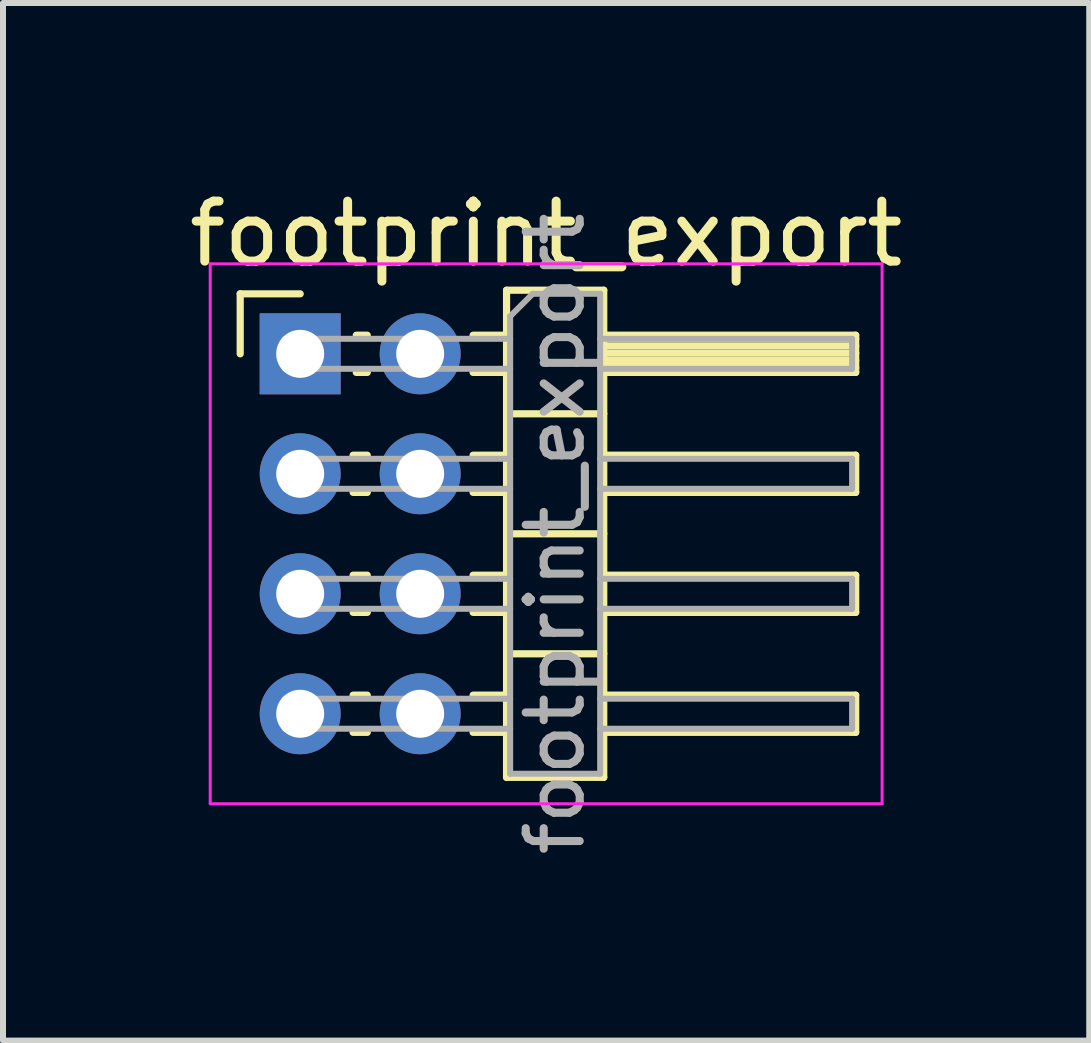
<source format=kicad_pcb>
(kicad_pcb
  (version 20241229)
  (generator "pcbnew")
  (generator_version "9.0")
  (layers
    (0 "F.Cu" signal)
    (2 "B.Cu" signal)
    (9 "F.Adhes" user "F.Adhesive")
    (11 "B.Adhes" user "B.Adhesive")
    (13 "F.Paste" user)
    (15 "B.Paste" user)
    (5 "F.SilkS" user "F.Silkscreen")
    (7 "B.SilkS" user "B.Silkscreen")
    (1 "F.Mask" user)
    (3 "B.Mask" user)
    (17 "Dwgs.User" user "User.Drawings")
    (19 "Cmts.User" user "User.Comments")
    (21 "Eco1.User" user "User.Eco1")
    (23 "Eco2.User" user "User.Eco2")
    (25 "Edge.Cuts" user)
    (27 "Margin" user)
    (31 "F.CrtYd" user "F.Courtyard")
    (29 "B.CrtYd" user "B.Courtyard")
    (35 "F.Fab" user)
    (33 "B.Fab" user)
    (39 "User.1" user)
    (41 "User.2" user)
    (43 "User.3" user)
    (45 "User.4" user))
  (footprint "footprint_export"
    (layer "F.Cu")
    (at 1.954 2.848)
    (property "Reference" "footprint_export" (at 4.1 -2 0) (layer "F.SilkS") (effects (font (size 1 1) (thickness 0.15))))
    (attr through_hole)
    (fp_line (start -1 -1) (end 0 -1) (stroke (width 0.12) (type solid)) (layer "F.SilkS"))
    (fp_line (start -1 0) (end -1 -1) (stroke (width 0.12) (type solid)) (layer "F.SilkS"))
    (fp_line (start 0.882 1.69) (end 1.118 1.69) (stroke (width 0.12) (type solid)) (layer "F.SilkS"))
    (fp_line (start 0.882 2.31) (end 1.118 2.31) (stroke (width 0.12) (type solid)) (layer "F.SilkS"))
    (fp_line (start 0.882 3.69) (end 1.118 3.69) (stroke (width 0.12) (type solid)) (layer "F.SilkS"))
    (fp_line (start 0.882 4.31) (end 1.118 4.31) (stroke (width 0.12) (type solid)) (layer "F.SilkS"))
    (fp_line (start 0.882 5.69) (end 1.118 5.69) (stroke (width 0.12) (type solid)) (layer "F.SilkS"))
    (fp_line (start 0.882 6.31) (end 1.118 6.31) (stroke (width 0.12) (type solid)) (layer "F.SilkS"))
    (fp_line (start 0.935 -0.31) (end 1.118 -0.31) (stroke (width 0.12) (type solid)) (layer "F.SilkS"))
    (fp_line (start 0.935 0.31) (end 1.118 0.31) (stroke (width 0.12) (type solid)) (layer "F.SilkS"))
    (fp_line (start 2.882 -0.31) (end 3.44 -0.31) (stroke (width 0.12) (type solid)) (layer "F.SilkS"))
    (fp_line (start 2.882 0.31) (end 3.44 0.31) (stroke (width 0.12) (type solid)) (layer "F.SilkS"))
    (fp_line (start 2.882 1.69) (end 3.44 1.69) (stroke (width 0.12) (type solid)) (layer "F.SilkS"))
    (fp_line (start 2.882 2.31) (end 3.44 2.31) (stroke (width 0.12) (type solid)) (layer "F.SilkS"))
    (fp_line (start 2.882 3.69) (end 3.44 3.69) (stroke (width 0.12) (type solid)) (layer "F.SilkS"))
    (fp_line (start 2.882 4.31) (end 3.44 4.31) (stroke (width 0.12) (type solid)) (layer "F.SilkS"))
    (fp_line (start 2.882 5.69) (end 3.44 5.69) (stroke (width 0.12) (type solid)) (layer "F.SilkS"))
    (fp_line (start 2.882 6.31) (end 3.44 6.31) (stroke (width 0.12) (type solid)) (layer "F.SilkS"))
    (fp_line (start 3.44 -1.06) (end 3.44 7.06) (stroke (width 0.12) (type solid)) (layer "F.SilkS"))
    (fp_line (start 3.44 1) (end 5.06 1) (stroke (width 0.12) (type solid)) (layer "F.SilkS"))
    (fp_line (start 3.44 3) (end 5.06 3) (stroke (width 0.12) (type solid)) (layer "F.SilkS"))
    (fp_line (start 3.44 5) (end 5.06 5) (stroke (width 0.12) (type solid)) (layer "F.SilkS"))
    (fp_line (start 3.44 7.06) (end 5.06 7.06) (stroke (width 0.12) (type solid)) (layer "F.SilkS"))
    (fp_line (start 5.06 -1.06) (end 3.44 -1.06) (stroke (width 0.12) (type solid)) (layer "F.SilkS"))
    (fp_line (start 5.06 -0.31) (end 9.26 -0.31) (stroke (width 0.12) (type solid)) (layer "F.SilkS"))
    (fp_line (start 5.06 -0.25) (end 9.26 -0.25) (stroke (width 0.12) (type solid)) (layer "F.SilkS"))
    (fp_line (start 5.06 -0.13) (end 9.26 -0.13) (stroke (width 0.12) (type solid)) (layer "F.SilkS"))
    (fp_line (start 5.06 -0.01) (end 9.26 -0.01) (stroke (width 0.12) (type solid)) (layer "F.SilkS"))
    (fp_line (start 5.06 0.11) (end 9.26 0.11) (stroke (width 0.12) (type solid)) (layer "F.SilkS"))
    (fp_line (start 5.06 0.23) (end 9.26 0.23) (stroke (width 0.12) (type solid)) (layer "F.SilkS"))
    (fp_line (start 5.06 1.69) (end 9.26 1.69) (stroke (width 0.12) (type solid)) (layer "F.SilkS"))
    (fp_line (start 5.06 3.69) (end 9.26 3.69) (stroke (width 0.12) (type solid)) (layer "F.SilkS"))
    (fp_line (start 5.06 5.69) (end 9.26 5.69) (stroke (width 0.12) (type solid)) (layer "F.SilkS"))
    (fp_line (start 5.06 7.06) (end 5.06 -1.06) (stroke (width 0.12) (type solid)) (layer "F.SilkS"))
    (fp_line (start 9.26 -0.31) (end 9.26 0.31) (stroke (width 0.12) (type solid)) (layer "F.SilkS"))
    (fp_line (start 9.26 0.31) (end 5.06 0.31) (stroke (width 0.12) (type solid)) (layer "F.SilkS"))
    (fp_line (start 9.26 1.69) (end 9.26 2.31) (stroke (width 0.12) (type solid)) (layer "F.SilkS"))
    (fp_line (start 9.26 2.31) (end 5.06 2.31) (stroke (width 0.12) (type solid)) (layer "F.SilkS"))
    (fp_line (start 9.26 3.69) (end 9.26 4.31) (stroke (width 0.12) (type solid)) (layer "F.SilkS"))
    (fp_line (start 9.26 4.31) (end 5.06 4.31) (stroke (width 0.12) (type solid)) (layer "F.SilkS"))
    (fp_line (start 9.26 5.69) (end 9.26 6.31) (stroke (width 0.12) (type solid)) (layer "F.SilkS"))
    (fp_line (start 9.26 6.31) (end 5.06 6.31) (stroke (width 0.12) (type solid)) (layer "F.SilkS"))
    (fp_line (start -1.5 -1.5) (end -1.5 7.5) (stroke (width 0.05) (type solid)) (layer "F.CrtYd"))
    (fp_line (start -1.5 7.5) (end 9.7 7.5) (stroke (width 0.05) (type solid)) (layer "F.CrtYd"))
    (fp_line (start 9.7 -1.5) (end -1.5 -1.5) (stroke (width 0.05) (type solid)) (layer "F.CrtYd"))
    (fp_line (start 9.7 7.5) (end 9.7 -1.5) (stroke (width 0.05) (type solid)) (layer "F.CrtYd"))
    (fp_line (start -0.25 -0.25) (end -0.25 0.25) (stroke (width 0.1) (type solid)) (layer "F.Fab"))
    (fp_line (start -0.25 -0.25) (end 3.5 -0.25) (stroke (width 0.1) (type solid)) (layer "F.Fab"))
    (fp_line (start -0.25 0.25) (end 3.5 0.25) (stroke (width 0.1) (type solid)) (layer "F.Fab"))
    (fp_line (start -0.25 1.75) (end -0.25 2.25) (stroke (width 0.1) (type solid)) (layer "F.Fab"))
    (fp_line (start -0.25 1.75) (end 3.5 1.75) (stroke (width 0.1) (type solid)) (layer "F.Fab"))
    (fp_line (start -0.25 2.25) (end 3.5 2.25) (stroke (width 0.1) (type solid)) (layer "F.Fab"))
    (fp_line (start -0.25 3.75) (end -0.25 4.25) (stroke (width 0.1) (type solid)) (layer "F.Fab"))
    (fp_line (start -0.25 3.75) (end 3.5 3.75) (stroke (width 0.1) (type solid)) (layer "F.Fab"))
    (fp_line (start -0.25 4.25) (end 3.5 4.25) (stroke (width 0.1) (type solid)) (layer "F.Fab"))
    (fp_line (start -0.25 5.75) (end -0.25 6.25) (stroke (width 0.1) (type solid)) (layer "F.Fab"))
    (fp_line (start -0.25 5.75) (end 3.5 5.75) (stroke (width 0.1) (type solid)) (layer "F.Fab"))
    (fp_line (start -0.25 6.25) (end 3.5 6.25) (stroke (width 0.1) (type solid)) (layer "F.Fab"))
    (fp_line (start 3.5 -0.625) (end 3.875 -1) (stroke (width 0.1) (type solid)) (layer "F.Fab"))
    (fp_line (start 3.5 7) (end 3.5 -0.625) (stroke (width 0.1) (type solid)) (layer "F.Fab"))
    (fp_line (start 3.875 -1) (end 5 -1) (stroke (width 0.1) (type solid)) (layer "F.Fab"))
    (fp_line (start 5 -1) (end 5 7) (stroke (width 0.1) (type solid)) (layer "F.Fab"))
    (fp_line (start 5 -0.25) (end 9.2 -0.25) (stroke (width 0.1) (type solid)) (layer "F.Fab"))
    (fp_line (start 5 0.25) (end 9.2 0.25) (stroke (width 0.1) (type solid)) (layer "F.Fab"))
    (fp_line (start 5 1.75) (end 9.2 1.75) (stroke (width 0.1) (type solid)) (layer "F.Fab"))
    (fp_line (start 5 2.25) (end 9.2 2.25) (stroke (width 0.1) (type solid)) (layer "F.Fab"))
    (fp_line (start 5 3.75) (end 9.2 3.75) (stroke (width 0.1) (type solid)) (layer "F.Fab"))
    (fp_line (start 5 4.25) (end 9.2 4.25) (stroke (width 0.1) (type solid)) (layer "F.Fab"))
    (fp_line (start 5 5.75) (end 9.2 5.75) (stroke (width 0.1) (type solid)) (layer "F.Fab"))
    (fp_line (start 5 6.25) (end 9.2 6.25) (stroke (width 0.1) (type solid)) (layer "F.Fab"))
    (fp_line (start 5 7) (end 3.5 7) (stroke (width 0.1) (type solid)) (layer "F.Fab"))
    (fp_line (start 9.2 -0.25) (end 9.2 0.25) (stroke (width 0.1) (type solid)) (layer "F.Fab"))
    (fp_line (start 9.2 1.75) (end 9.2 2.25) (stroke (width 0.1) (type solid)) (layer "F.Fab"))
    (fp_line (start 9.2 3.75) (end 9.2 4.25) (stroke (width 0.1) (type solid)) (layer "F.Fab"))
    (fp_line (start 9.2 5.75) (end 9.2 6.25) (stroke (width 0.1) (type solid)) (layer "F.Fab"))
    (fp_text user "${REFERENCE}" (at 4.25 3 90) (layer "F.Fab") (effects (font (size 0.9 0.9) (thickness 0.135))))
    (pad "1" thru_hole rect (at 0 0) (size 1.35 1.35) (drill 0.8) (layers "*.Cu" "*.Mask"))
    (pad "2" thru_hole oval (at 2 0) (size 1.35 1.35) (drill 0.8) (layers "*.Cu" "*.Mask"))
    (pad "3" thru_hole oval (at 0 2) (size 1.35 1.35) (drill 0.8) (layers "*.Cu" "*.Mask"))
    (pad "4" thru_hole oval (at 2 2) (size 1.35 1.35) (drill 0.8) (layers "*.Cu" "*.Mask"))
    (pad "5" thru_hole oval (at 0 4) (size 1.35 1.35) (drill 0.8) (layers "*.Cu" "*.Mask"))
    (pad "6" thru_hole oval (at 2 4) (size 1.35 1.35) (drill 0.8) (layers "*.Cu" "*.Mask"))
    (pad "7" thru_hole oval (at 0 6) (size 1.35 1.35) (drill 0.8) (layers "*.Cu" "*.Mask"))
    (pad "8" thru_hole oval (at 2 6) (size 1.35 1.35) (drill 0.8) (layers "*.Cu" "*.Mask")))
  (gr_rect
    (start -3 -3)
    (end 15.107 14.296)
    (stroke (width 0.1) (type default))
    (fill no)
    (layer "Edge.Cuts")))
</source>
